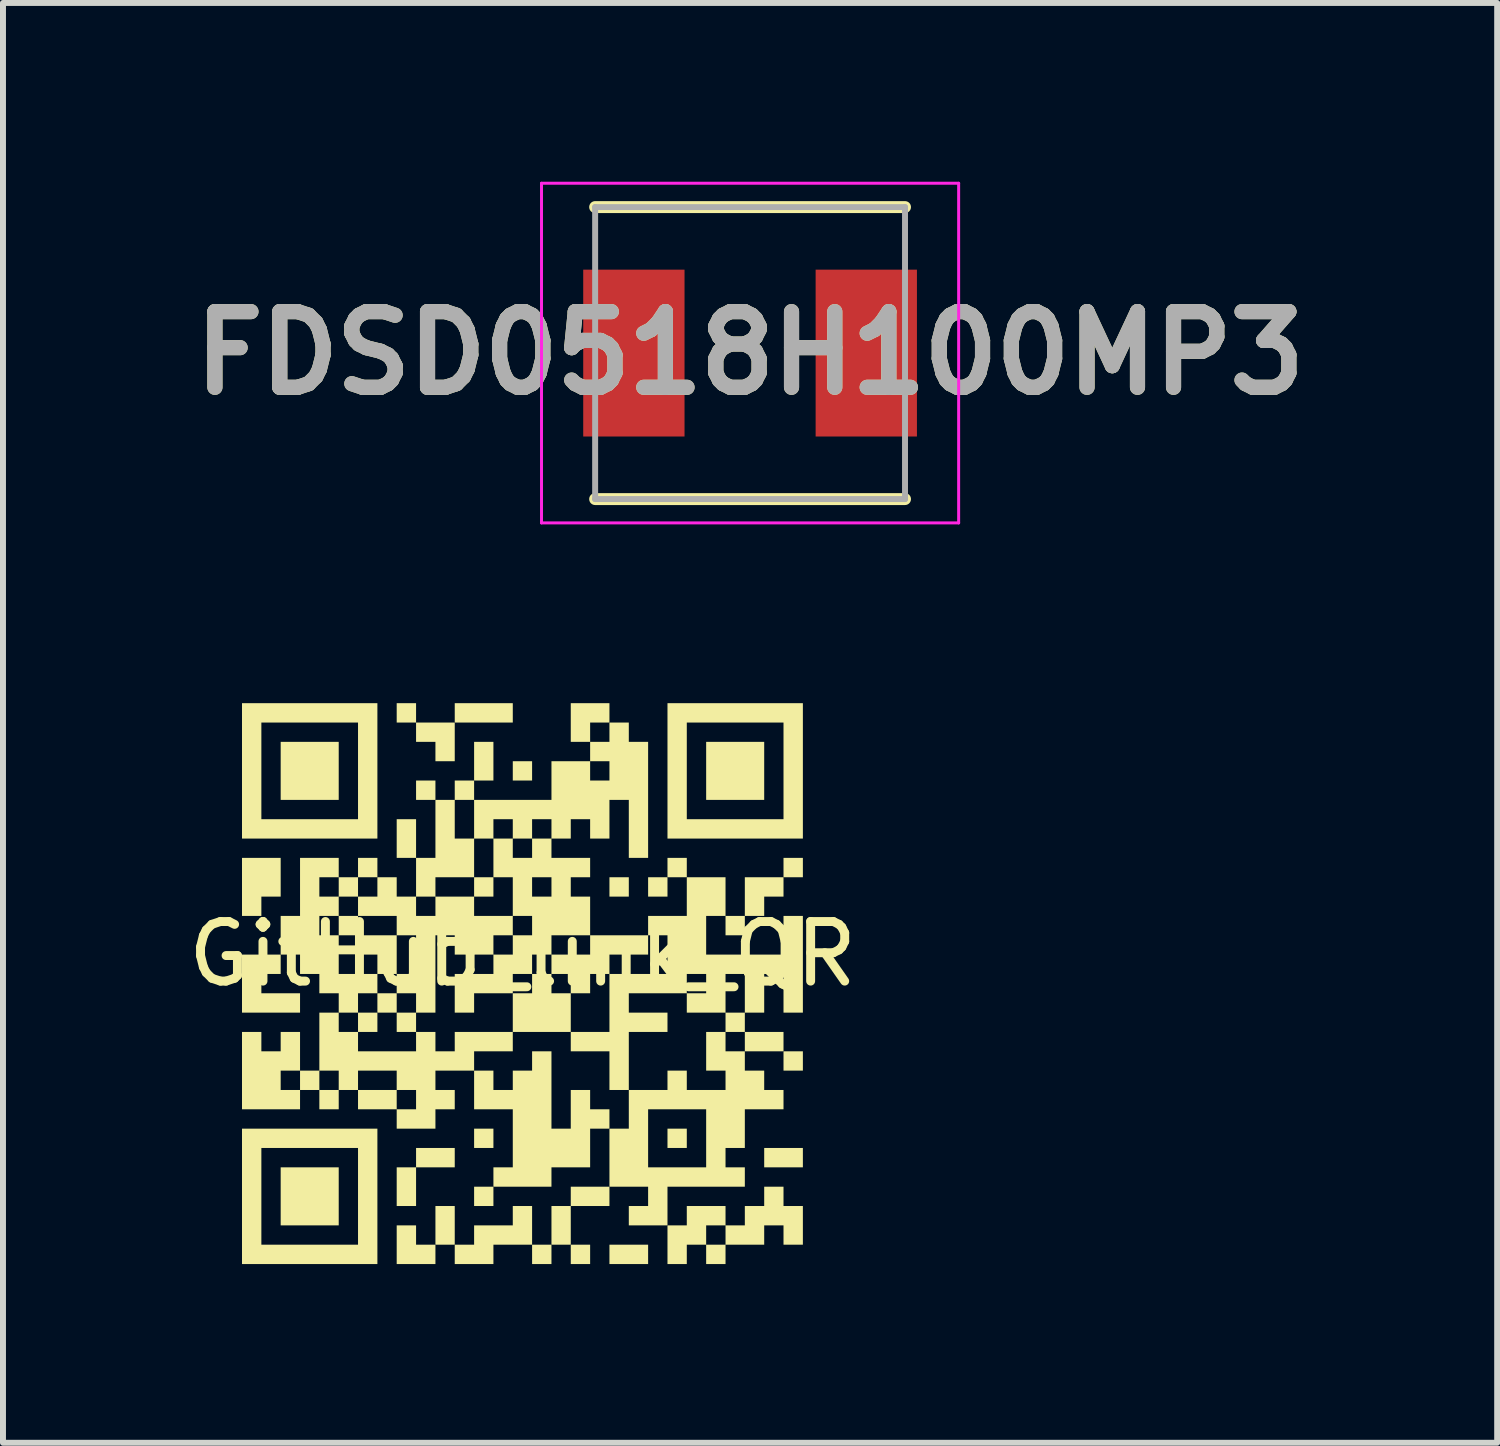
<source format=kicad_pcb>
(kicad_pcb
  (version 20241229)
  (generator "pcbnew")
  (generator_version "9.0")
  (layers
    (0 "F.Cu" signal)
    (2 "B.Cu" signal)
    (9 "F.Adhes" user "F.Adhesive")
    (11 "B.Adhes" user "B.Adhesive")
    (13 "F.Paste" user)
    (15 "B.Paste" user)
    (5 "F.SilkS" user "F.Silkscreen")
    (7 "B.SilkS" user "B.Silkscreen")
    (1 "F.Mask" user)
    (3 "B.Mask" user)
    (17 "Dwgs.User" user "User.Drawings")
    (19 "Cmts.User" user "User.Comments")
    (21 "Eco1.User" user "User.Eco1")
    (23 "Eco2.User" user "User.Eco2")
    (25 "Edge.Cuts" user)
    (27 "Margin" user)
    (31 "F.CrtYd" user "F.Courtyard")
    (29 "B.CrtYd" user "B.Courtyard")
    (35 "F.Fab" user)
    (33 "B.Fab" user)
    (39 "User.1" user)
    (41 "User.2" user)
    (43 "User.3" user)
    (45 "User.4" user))
  (footprint "FDSD0518H100MP3"
    (layer "F.Cu")
    (at 9.537 2.875)
    (property "Reference" "FDSD0518H100MP3" (at 0 0 0) (layer "F.SilkS") (effects (font (size 1.27 1.27) (thickness 0.254))))
    (attr smd)
    (fp_line (start -2.6 2.45) (end 2.6 2.45) (stroke (width 0.2) (type solid)) (layer "F.SilkS"))
    (fp_line (start 2.6 -2.45) (end -2.6 -2.45) (stroke (width 0.2) (type solid)) (layer "F.SilkS"))
    (fp_line (start -3.5 -2.85) (end 3.5 -2.85) (stroke (width 0.05) (type solid)) (layer "F.CrtYd"))
    (fp_line (start -3.5 2.85) (end -3.5 -2.85) (stroke (width 0.05) (type solid)) (layer "F.CrtYd"))
    (fp_line (start 3.5 -2.85) (end 3.5 2.85) (stroke (width 0.05) (type solid)) (layer "F.CrtYd"))
    (fp_line (start 3.5 2.85) (end -3.5 2.85) (stroke (width 0.05) (type solid)) (layer "F.CrtYd"))
    (fp_line (start -2.6 -2.45) (end 2.6 -2.45) (stroke (width 0.1) (type solid)) (layer "F.Fab"))
    (fp_line (start -2.6 2.45) (end -2.6 -2.45) (stroke (width 0.1) (type solid)) (layer "F.Fab"))
    (fp_line (start 2.6 -2.45) (end 2.6 2.45) (stroke (width 0.1) (type solid)) (layer "F.Fab"))
    (fp_line (start 2.6 2.45) (end -2.6 2.45) (stroke (width 0.1) (type solid)) (layer "F.Fab"))
    (fp_text user "${REFERENCE}" (at 0 0 0) (layer "F.Fab") (effects (font (size 1.27 1.27) (thickness 0.254))))
    (pad "1" smd rect (at -1.95 0) (size 1.7 2.8) (layers "F.Cu" "F.Mask" "F.Paste"))
    (pad "2" smd rect (at 1.95 0) (size 1.7 2.8) (layers "F.Cu" "F.Mask" "F.Paste")))
  (footprint "GitHub_link_QR"
    (layer "F.Cu")
    (at 5.72 13.459)
    (property "Reference" "GitHub_link_QR" (at 0 -0.5 0) (unlocked yes) (layer "F.SilkS") (effects (font (size 1 1) (thickness 0.15))))
    (fp_poly (pts (xy -3.086 -3.086) (xy -4.06 -3.086) (xy -4.06 -4.06) (xy -3.086 -4.06)) (stroke (width 0) (type solid)) (fill yes) (layer "F.SilkS"))
    (fp_poly (pts (xy -3.086 4.054) (xy -4.06 4.054) (xy -4.06 3.08) (xy -3.086 3.08)) (stroke (width 0) (type solid)) (fill yes) (layer "F.SilkS"))
    (fp_poly (pts (xy -2.762 -0.814) (xy -3.086 -0.814) (xy -3.086 -1.139) (xy -2.762 -1.139)) (stroke (width 0) (type solid)) (fill yes) (layer "F.SilkS"))
    (fp_poly (pts (xy -2.437 0.808) (xy -2.762 0.808) (xy -2.762 0.484) (xy -2.437 0.484)) (stroke (width 0) (type solid)) (fill yes) (layer "F.SilkS"))
    (fp_poly (pts (xy -2.113 0.484) (xy -2.437 0.484) (xy -2.437 0.159) (xy -2.113 0.159)) (stroke (width 0) (type solid)) (fill yes) (layer "F.SilkS"))
    (fp_poly (pts (xy -1.788 -4.384) (xy -2.113 -4.384) (xy -2.113 -4.709) (xy -1.788 -4.709)) (stroke (width 0) (type solid)) (fill yes) (layer "F.SilkS"))
    (fp_poly (pts (xy -1.788 -2.113) (xy -2.113 -2.113) (xy -2.113 -2.762) (xy -1.788 -2.762)) (stroke (width 0) (type solid)) (fill yes) (layer "F.SilkS"))
    (fp_poly (pts (xy -1.788 0.808) (xy -2.113 0.808) (xy -2.113 0.484) (xy -1.788 0.484)) (stroke (width 0) (type solid)) (fill yes) (layer "F.SilkS"))
    (fp_poly (pts (xy -1.788 3.729) (xy -2.113 3.729) (xy -2.113 3.08) (xy -1.788 3.08)) (stroke (width 0) (type solid)) (fill yes) (layer "F.SilkS"))
    (fp_poly (pts (xy -1.463 -3.086) (xy -1.788 -3.086) (xy -1.788 -3.411) (xy -1.463 -3.411)) (stroke (width 0) (type solid)) (fill yes) (layer "F.SilkS"))
    (fp_poly (pts (xy -1.139 3.08) (xy -1.788 3.08) (xy -1.788 2.755) (xy -1.139 2.755)) (stroke (width 0) (type solid)) (fill yes) (layer "F.SilkS"))
    (fp_poly (pts (xy -1.139 4.378) (xy -1.463 4.378) (xy -1.463 3.729) (xy -1.139 3.729)) (stroke (width 0) (type solid)) (fill yes) (layer "F.SilkS"))
    (fp_poly (pts (xy -0.49 -3.411) (xy -0.814 -3.411) (xy -0.814 -4.06) (xy -0.49 -4.06)) (stroke (width 0) (type solid)) (fill yes) (layer "F.SilkS"))
    (fp_poly (pts (xy -0.49 -1.463) (xy -0.814 -1.463) (xy -0.814 -1.788) (xy -0.49 -1.788)) (stroke (width 0) (type solid)) (fill yes) (layer "F.SilkS"))
    (fp_poly (pts (xy -0.49 2.755) (xy -0.814 2.755) (xy -0.814 2.431) (xy -0.49 2.431)) (stroke (width 0) (type solid)) (fill yes) (layer "F.SilkS"))
    (fp_poly (pts (xy -0.49 3.729) (xy -0.814 3.729) (xy -0.814 3.405) (xy -0.49 3.405)) (stroke (width 0) (type solid)) (fill yes) (layer "F.SilkS"))
    (fp_poly (pts (xy -0.165 -4.384) (xy -1.139 -4.384) (xy -1.139 -4.709) (xy -0.165 -4.709)) (stroke (width 0) (type solid)) (fill yes) (layer "F.SilkS"))
    (fp_poly (pts (xy 0.159 -3.411) (xy -0.165 -3.411) (xy -0.165 -3.735) (xy 0.159 -3.735)) (stroke (width 0) (type solid)) (fill yes) (layer "F.SilkS"))
    (fp_poly (pts (xy 0.484 4.703) (xy 0.159 4.703) (xy 0.159 4.378) (xy 0.484 4.378)) (stroke (width 0) (type solid)) (fill yes) (layer "F.SilkS"))
    (fp_poly (pts (xy 0.808 4.378) (xy 0.484 4.378) (xy 0.484 3.729) (xy 0.808 3.729)) (stroke (width 0) (type solid)) (fill yes) (layer "F.SilkS"))
    (fp_poly (pts (xy 1.133 4.703) (xy 0.808 4.703) (xy 0.808 4.378) (xy 1.133 4.378)) (stroke (width 0) (type solid)) (fill yes) (layer "F.SilkS"))
    (fp_poly (pts (xy 1.457 3.729) (xy 0.808 3.729) (xy 0.808 3.405) (xy 1.457 3.405)) (stroke (width 0) (type solid)) (fill yes) (layer "F.SilkS"))
    (fp_poly (pts (xy 1.782 -1.463) (xy 1.457 -1.463) (xy 1.457 -1.788) (xy 1.782 -1.788)) (stroke (width 0) (type solid)) (fill yes) (layer "F.SilkS"))
    (fp_poly (pts (xy 2.106 4.703) (xy 1.457 4.703) (xy 1.457 4.378) (xy 2.106 4.378)) (stroke (width 0) (type solid)) (fill yes) (layer "F.SilkS"))
    (fp_poly (pts (xy 2.431 -1.463) (xy 2.106 -1.463) (xy 2.106 -1.788) (xy 2.431 -1.788)) (stroke (width 0) (type solid)) (fill yes) (layer "F.SilkS"))
    (fp_poly (pts (xy 2.755 -1.788) (xy 2.431 -1.788) (xy 2.431 -2.113) (xy 2.755 -2.113)) (stroke (width 0) (type solid)) (fill yes) (layer "F.SilkS"))
    (fp_poly (pts (xy 2.755 2.755) (xy 2.431 2.755) (xy 2.431 2.431) (xy 2.755 2.431)) (stroke (width 0) (type solid)) (fill yes) (layer "F.SilkS"))
    (fp_poly (pts (xy 3.729 -0.814) (xy 3.405 -0.814) (xy 3.405 -1.139) (xy 3.729 -1.139)) (stroke (width 0) (type solid)) (fill yes) (layer "F.SilkS"))
    (fp_poly (pts (xy 4.054 -3.086) (xy 3.08 -3.086) (xy 3.08 -4.06) (xy 4.054 -4.06)) (stroke (width 0) (type solid)) (fill yes) (layer "F.SilkS"))
    (fp_poly (pts (xy 4.378 1.133) (xy 3.729 1.133) (xy 3.729 0.808) (xy 4.378 0.808)) (stroke (width 0) (type solid)) (fill yes) (layer "F.SilkS"))
    (fp_poly (pts (xy 4.703 -1.788) (xy 4.378 -1.788) (xy 4.378 -2.113) (xy 4.703 -2.113)) (stroke (width 0) (type solid)) (fill yes) (layer "F.SilkS"))
    (fp_poly (pts (xy 4.703 1.457) (xy 4.378 1.457) (xy 4.378 1.133) (xy 4.703 1.133)) (stroke (width 0) (type solid)) (fill yes) (layer "F.SilkS"))
    (fp_poly (pts (xy 4.703 3.08) (xy 4.054 3.08) (xy 4.054 2.755) (xy 4.703 2.755)) (stroke (width 0) (type solid)) (fill yes) (layer "F.SilkS"))
    (fp_poly (pts (xy -4.06 -1.463) (xy -4.384 -1.463) (xy -4.384 -1.139) (xy -4.709 -1.139) (xy -4.709 -2.113) (xy -4.06 -2.113)) (stroke (width 0) (type solid)) (fill yes) (layer "F.SilkS"))
    (fp_poly (pts (xy -2.113 -0.165) (xy -2.437 -0.165) (xy -2.437 -0.49) (xy -2.762 -0.49) (xy -2.762 -0.814) (xy -2.113 -0.814)) (stroke (width 0) (type solid)) (fill yes) (layer "F.SilkS"))
    (fp_poly (pts (xy -1.788 4.378) (xy -1.463 4.378) (xy -1.463 4.703) (xy -2.113 4.703) (xy -2.113 4.054) (xy -1.788 4.054)) (stroke (width 0) (type solid)) (fill yes) (layer "F.SilkS"))
    (fp_poly (pts (xy -1.139 -3.735) (xy -1.463 -3.735) (xy -1.463 -4.06) (xy -1.788 -4.06) (xy -1.788 -4.384) (xy -1.139 -4.384)) (stroke (width 0) (type solid)) (fill yes) (layer "F.SilkS"))
    (fp_poly (pts (xy 4.378 -1.463) (xy 4.054 -1.463) (xy 4.054 -1.139) (xy 3.729 -1.139) (xy 3.729 -1.788) (xy 4.378 -1.788)) (stroke (width 0) (type solid)) (fill yes) (layer "F.SilkS"))
    (fp_poly (pts (xy -4.06 -0.165) (xy -4.384 -0.165) (xy -4.384 0.159) (xy -3.735 0.159) (xy -3.735 0.484) (xy -4.709 0.484) (xy -4.709 -0.49) (xy -4.06 -0.49)) (stroke (width 0) (type solid)) (fill yes) (layer "F.SilkS"))
    (fp_poly (pts (xy 0.484 0.159) (xy 0.808 0.159) (xy 0.808 0.808) (xy -0.165 0.808) (xy -0.165 0.159) (xy 0.159 0.159) (xy 0.159 -0.165) (xy 0.484 -0.165)) (stroke (width 0) (type solid)) (fill yes) (layer "F.SilkS"))
    (fp_poly (pts (xy 0.159 4.378) (xy -0.49 4.378) (xy -0.49 4.703) (xy -1.139 4.703) (xy -1.139 4.378) (xy -0.814 4.378) (xy -0.814 4.054) (xy -0.165 4.054) (xy -0.165 3.729) (xy 0.159 3.729)) (stroke (width 0) (type solid)) (fill yes) (layer "F.SilkS"))
    (fp_poly (pts (xy -2.437 -2.437) (xy -4.709 -2.437) (xy -4.709 -2.762) (xy -4.384 -2.762) (xy -2.762 -2.762) (xy -2.762 -4.384) (xy -4.384 -4.384) (xy -4.384 -2.762) (xy -4.709 -2.762) (xy -4.709 -4.709) (xy -2.437 -4.709)) (stroke (width 0) (type solid)) (fill yes) (layer "F.SilkS"))
    (fp_poly (pts (xy -2.437 4.703) (xy -4.709 4.703) (xy -4.709 4.378) (xy -4.384 4.378) (xy -2.762 4.378) (xy -2.762 2.755) (xy -4.384 2.755) (xy -4.384 4.378) (xy -4.709 4.378) (xy -4.709 2.431) (xy -2.437 2.431)) (stroke (width 0) (type solid)) (fill yes) (layer "F.SilkS"))
    (fp_poly (pts (xy 4.703 -2.437) (xy 2.431 -2.437) (xy 2.431 -2.762) (xy 2.755 -2.762) (xy 4.378 -2.762) (xy 4.378 -4.384) (xy 2.755 -4.384) (xy 2.755 -2.762) (xy 2.431 -2.762) (xy 2.431 -4.709) (xy 4.703 -4.709)) (stroke (width 0) (type solid)) (fill yes) (layer "F.SilkS"))
    (fp_poly (pts (xy 0.484 2.431) (xy 0.808 2.431) (xy 0.808 1.782) (xy 1.133 1.782) (xy 1.133 2.106) (xy 1.457 2.106) (xy 1.457 2.431) (xy 1.133 2.431) (xy 1.133 3.08) (xy 0.484 3.08) (xy 0.484 3.405) (xy -0.49 3.405) (xy -0.49 3.08) (xy -0.165 3.08) (xy -0.165 2.106) (xy -0.814 2.106) (xy -0.814 1.457) (xy -0.49 1.457) (xy -0.49 1.782) (xy -0.165 1.782) (xy -0.165 1.457) (xy 0.159 1.457) (xy 0.159 1.133) (xy 0.484 1.133)) (stroke (width 0) (type solid)) (fill yes) (layer "F.SilkS"))
    (fp_poly (pts (xy 4.378 3.729) (xy 4.703 3.729) (xy 4.703 4.378) (xy 4.378 4.378) (xy 4.378 4.054) (xy 4.054 4.054) (xy 4.054 4.378) (xy 3.405 4.378) (xy 3.405 4.703) (xy 3.08 4.703) (xy 3.08 4.378) (xy 3.405 4.378) (xy 3.405 4.054) (xy 3.08 4.054) (xy 3.08 4.378) (xy 2.755 4.378) (xy 2.755 4.703) (xy 2.431 4.703) (xy 2.431 4.054) (xy 2.755 4.054) (xy 2.755 3.729) (xy 3.405 3.729) (xy 3.405 4.054) (xy 3.729 4.054) (xy 3.729 3.729) (xy 4.054 3.729) (xy 4.054 3.405) (xy 4.378 3.405)) (stroke (width 0) (type solid)) (fill yes) (layer "F.SilkS"))
    (fp_poly (pts (xy -3.086 0.808) (xy -2.762 0.808) (xy -2.762 1.133) (xy -1.788 1.133) (xy -1.788 0.808) (xy -1.463 0.808) (xy -1.463 1.133) (xy -1.139 1.133) (xy -1.139 0.808) (xy -0.165 0.808) (xy -0.165 1.133) (xy -0.814 1.133) (xy -0.814 1.457) (xy -1.463 1.457) (xy -1.463 1.782) (xy -1.139 1.782) (xy -1.139 2.106) (xy -1.463 2.106) (xy -1.463 2.431) (xy -2.113 2.431) (xy -2.113 2.106) (xy -1.788 2.106) (xy -1.788 1.782) (xy -2.113 1.782) (xy -2.113 2.106) (xy -2.762 2.106) (xy -2.762 1.782) (xy -2.113 1.782) (xy -2.113 1.457) (xy -2.762 1.457) (xy -2.762 1.782) (xy -3.086 1.782) (xy -3.086 2.106) (xy -3.411 2.106) (xy -3.411 1.782) (xy -3.086 1.782) (xy -3.086 1.457) (xy -3.411 1.457) (xy -3.411 1.782) (xy -3.735 1.782) (xy -3.735 2.106) (xy -4.709 2.106) (xy -4.709 1.782) (xy -4.06 1.782) (xy -3.735 1.782) (xy -3.735 1.457) (xy -4.06 1.457) (xy -4.06 1.782) (xy -4.709 1.782) (xy -4.709 0.808) (xy -4.384 0.808) (xy -4.384 1.133) (xy -4.06 1.133) (xy -4.06 0.808) (xy -3.735 0.808) (xy -3.735 1.457) (xy -3.411 1.457) (xy -3.411 0.484) (xy -3.086 0.484)) (stroke (width 0) (type solid)) (fill yes) (layer "F.SilkS"))
    (fp_poly (pts (xy 1.457 2.431) (xy 1.782 2.431) (xy 1.782 1.782) (xy 2.431 1.782) (xy 2.431 1.457) (xy 2.755 1.457) (xy 2.755 1.782) (xy 3.405 1.782) (xy 3.405 1.457) (xy 3.08 1.457) (xy 3.08 0.808) (xy 3.405 0.808) (xy 3.405 0.484) (xy 3.729 0.484) (xy 3.729 -0.165) (xy 3.405 -0.165) (xy 3.405 0.484) (xy 2.755 0.484) (xy 2.755 0.159) (xy 3.08 0.159) (xy 3.08 -0.165) (xy 2.755 -0.165) (xy 2.755 0.159) (xy 1.782 0.159) (xy 1.782 0.484) (xy 2.431 0.484) (xy 2.431 0.808) (xy 1.782 0.808) (xy 1.782 1.782) (xy 1.457 1.782) (xy 1.457 1.133) (xy 0.808 1.133) (xy 0.808 0.808) (xy 1.457 0.808) (xy 1.457 -0.165) (xy 2.431 -0.165) (xy 2.431 -0.814) (xy 2.106 -0.814) (xy 2.106 -0.49) (xy 1.457 -0.49) (xy 1.457 -0.165) (xy 1.133 -0.165) (xy 1.133 0.159) (xy 0.808 0.159) (xy 0.808 -0.165) (xy 0.484 -0.165) (xy 0.484 -0.49) (xy 1.133 -0.49) (xy 1.133 -0.814) (xy 0.484 -0.814) (xy 0.484 -0.49) (xy 0.159 -0.49) (xy 0.159 -0.165) (xy -0.165 -0.165) (xy -0.165 0.159) (xy -0.814 0.159) (xy -0.814 0.484) (xy -1.139 0.484) (xy -1.139 -0.165) (xy -0.49 -0.165) (xy -0.49 -0.49) (xy -0.165 -0.49) (xy -0.165 -0.814) (xy 0.159 -0.814) (xy 0.159 -1.139) (xy -0.165 -1.139) (xy -0.165 -0.814) (xy -0.49 -0.814) (xy -0.49 -0.49) (xy -1.139 -0.49) (xy -1.139 -0.814) (xy -1.463 -0.814) (xy -1.463 0.484) (xy -1.788 0.484) (xy -1.788 0.159) (xy -2.113 0.159) (xy -2.113 -0.165) (xy -1.788 -0.165) (xy -1.788 -0.814) (xy -2.113 -0.814) (xy -2.113 -1.139) (xy -1.788 -1.139) (xy -1.463 -1.139) (xy -1.463 -1.463) (xy -0.814 -1.463) (xy -0.814 -1.139) (xy -0.165 -1.139) (xy -0.165 -1.463) (xy 0.159 -1.463) (xy 0.484 -1.463) (xy 0.484 -1.788) (xy 0.159 -1.788) (xy 0.159 -1.463) (xy -0.165 -1.463) (xy -0.165 -1.788) (xy -0.49 -1.788) (xy -0.49 -2.113) (xy -0.165 -2.113) (xy 0.159 -2.113) (xy 0.159 -2.437) (xy 0.484 -2.437) (xy 0.484 -2.762) (xy 0.159 -2.762) (xy 0.159 -2.437) (xy -0.165 -2.437) (xy -0.165 -2.113) (xy -0.49 -2.113) (xy -0.49 -2.437) (xy -0.165 -2.437) (xy -0.165 -2.762) (xy -0.49 -2.762) (xy -0.49 -2.437) (xy -0.814 -2.437) (xy -0.814 -1.788) (xy -1.463 -1.788) (xy -1.463 -1.463) (xy -1.788 -1.463) (xy -1.788 -1.139) (xy -2.113 -1.139) (xy -2.762 -1.139) (xy -2.762 -1.463) (xy -2.437 -1.463) (xy -2.437 -1.788) (xy -2.762 -1.788) (xy -2.762 -1.463) (xy -3.086 -1.463) (xy -3.086 -1.139) (xy -3.411 -1.139) (xy -3.411 -0.814) (xy -3.086 -0.814) (xy -3.086 -0.165) (xy -2.437 -0.165) (xy -2.437 0.159) (xy -2.762 0.159) (xy -2.762 0.484) (xy -3.086 0.484) (xy -3.086 0.159) (xy -3.411 0.159) (xy -3.411 -0.165) (xy -3.735 -0.165) (xy -3.735 -0.49) (xy -4.06 -0.49) (xy -4.06 -1.139) (xy -3.735 -1.139) (xy -3.735 -1.463) (xy -3.411 -1.463) (xy -3.086 -1.463) (xy -3.086 -1.788) (xy -3.411 -1.788) (xy -3.411 -1.463) (xy -3.735 -1.463) (xy -3.735 -2.113) (xy -3.086 -2.113) (xy -3.086 -1.788) (xy -2.762 -1.788) (xy -2.762 -2.113) (xy -2.437 -2.113) (xy -2.437 -1.788) (xy -2.113 -1.788) (xy -2.113 -1.463) (xy -1.788 -1.463) (xy -1.788 -2.113) (xy -1.463 -2.113) (xy -1.463 -2.437) (xy -1.139 -2.437) (xy -0.814 -2.437) (xy -0.814 -3.086) (xy -1.139 -3.086) (xy -1.139 -2.437) (xy -1.463 -2.437) (xy -1.463 -3.086) (xy -1.139 -3.086) (xy -1.139 -3.411) (xy -0.814 -3.411) (xy -0.814 -3.086) (xy 0.484 -3.086) (xy 0.484 -3.411) (xy 1.133 -3.411) (xy 1.457 -3.411) (xy 1.457 -3.735) (xy 1.133 -3.735) (xy 1.133 -3.411) (xy 0.484 -3.411) (xy 0.484 -3.735) (xy 1.133 -3.735) (xy 1.133 -4.06) (xy 1.457 -4.06) (xy 1.457 -4.384) (xy 1.133 -4.384) (xy 1.133 -4.06) (xy 0.808 -4.06) (xy 0.808 -4.709) (xy 1.457 -4.709) (xy 1.457 -4.384) (xy 1.782 -4.384) (xy 1.782 -4.06) (xy 2.106 -4.06) (xy 2.106 -2.113) (xy 1.782 -2.113) (xy 1.782 -3.086) (xy 1.457 -3.086) (xy 1.457 -2.437) (xy 1.133 -2.437) (xy 1.133 -2.762) (xy 0.808 -2.762) (xy 0.808 -2.437) (xy 0.484 -2.437) (xy 0.484 -2.113) (xy 1.133 -2.113) (xy 1.133 -1.788) (xy 0.808 -1.788) (xy 0.808 -1.463) (xy 1.133 -1.463) (xy 1.133 -0.814) (xy 2.106 -0.814) (xy 2.106 -1.139) (xy 2.755 -1.139) (xy 2.755 -1.788) (xy 3.405 -1.788) (xy 3.405 -1.139) (xy 3.08 -1.139) (xy 3.08 -0.49) (xy 4.378 -0.49) (xy 4.378 -1.139) (xy 4.703 -1.139) (xy 4.703 0.484) (xy 4.378 0.484) (xy 4.378 -0.165) (xy 4.054 -0.165) (xy 4.054 0.484) (xy 3.729 0.484) (xy 3.729 0.808) (xy 3.405 0.808) (xy 3.405 1.133) (xy 3.729 1.133) (xy 3.729 1.457) (xy 4.054 1.457) (xy 4.054 1.782) (xy 4.378 1.782) (xy 4.378 2.106) (xy 3.729 2.106) (xy 3.729 2.755) (xy 3.405 2.755) (xy 3.405 3.08) (xy 3.729 3.08) (xy 3.729 3.405) (xy 2.431 3.405) (xy 2.431 4.054) (xy 1.782 4.054) (xy 1.782 3.729) (xy 2.106 3.729) (xy 2.106 3.405) (xy 1.457 3.405) (xy 1.457 3.08) (xy 2.106 3.08) (xy 3.08 3.08) (xy 3.08 2.106) (xy 2.106 2.106) (xy 2.106 3.08) (xy 1.457 3.08)) (stroke (width 0) (type solid)) (fill yes) (layer "F.SilkS")))
  (gr_rect
    (start -3 -3)
    (end 22.074 21.161)
    (stroke (width 0.1) (type default))
    (fill no)
    (layer "Edge.Cuts")))
</source>
